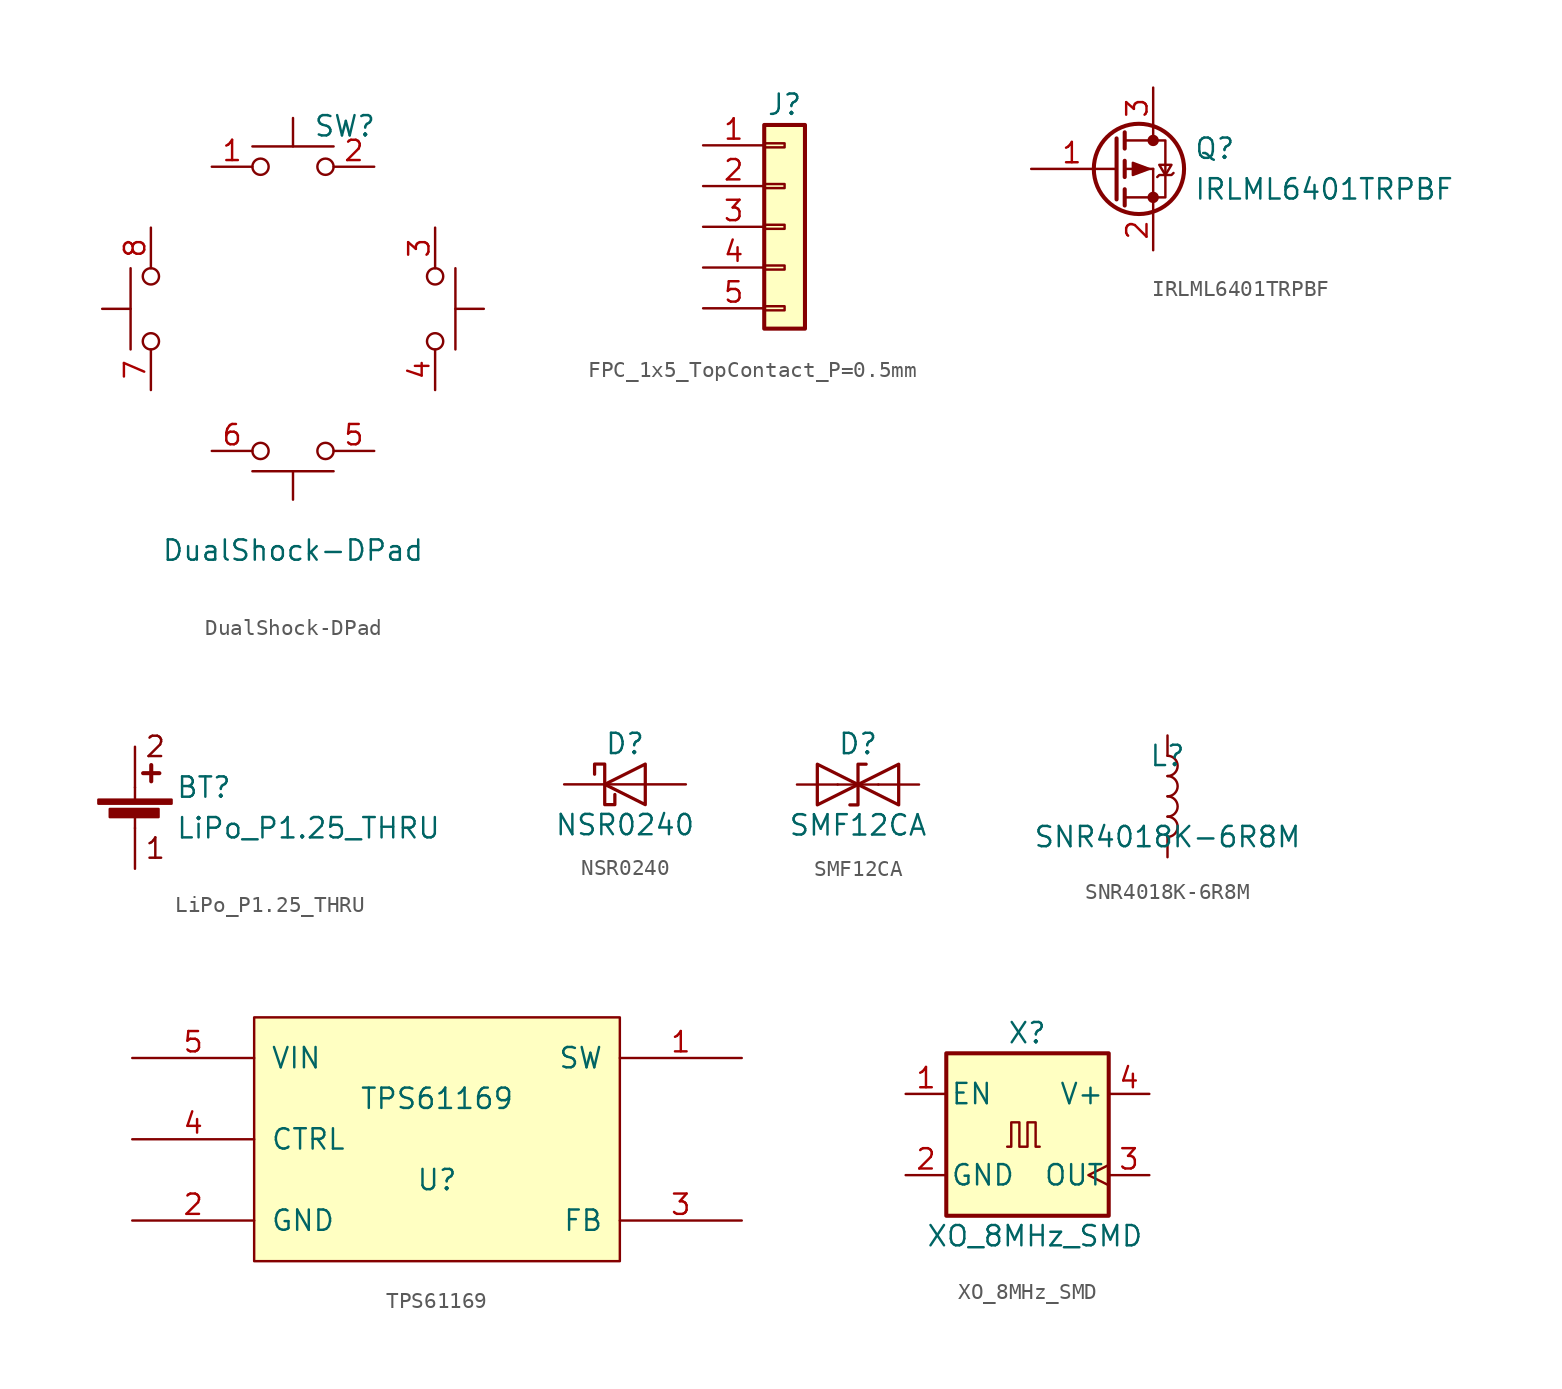
<source format=kicad_sym>
(kicad_symbol_lib
  (version 20201005)
  (generator kicad_symbol_editor)
  (symbol "DualShock-DPad"
    (pin_names
      (offset 1.016) hide)
    (property "Reference" "SW"
      (at 1.27 11.43 0)
      (effects (font (size 1.27 1.27)) (justify left)))
    (property "Value" "DualShock-DPad"
      (at 0 -15.113 0)
      (effects (font (size 1.27 1.27))))
    (symbol "DualShock-DPad_0_1"
      (circle (center -8.89 -2.032) (radius 0.508) (stroke (width 0)) (fill (type none)))
      (circle (center -8.89 2.032) (radius 0.508) (stroke (width 0)) (fill (type none)))
      (circle (center -2.032 -8.89) (radius 0.508) (stroke (width 0)) (fill (type none)))
      (circle (center -2.032 8.89) (radius 0.508) (stroke (width 0)) (fill (type none)))
      (circle (center 2.032 -8.89) (radius 0.508) (stroke (width 0)) (fill (type none)))
      (circle (center 2.032 8.89) (radius 0.508) (stroke (width 0)) (fill (type none)))
      (circle (center 8.89 -2.032) (radius 0.508) (stroke (width 0)) (fill (type none)))
      (circle (center 8.89 2.032) (radius 0.508) (stroke (width 0)) (fill (type none)))
      (polyline (pts (xy -10.16 0) (xy -11.938 0)) (stroke (width 0)) (fill (type none)))
      (polyline (pts (xy -10.16 2.54) (xy -10.16 -2.54)) (stroke (width 0)) (fill (type none)))
      (polyline (pts (xy -2.54 -10.16) (xy 2.54 -10.16)) (stroke (width 0)) (fill (type none)))
      (polyline (pts (xy 0 -10.16) (xy 0 -11.938)) (stroke (width 0)) (fill (type none)))
      (polyline (pts (xy 0 10.16) (xy 0 11.938)) (stroke (width 0)) (fill (type none)))
      (polyline (pts (xy 2.54 10.16) (xy -2.54 10.16)) (stroke (width 0)) (fill (type none)))
      (polyline (pts (xy 10.16 -2.54) (xy 10.16 2.54)) (stroke (width 0)) (fill (type none)))
      (polyline (pts (xy 10.16 0) (xy 11.938 0)) (stroke (width 0)) (fill (type none)))
      (pin passive line (at -5.08 8.89 0) (length 2.54) (name "1" (effects (font (size 1.27 1.27)))) (number "1" (effects (font (size 1.27 1.27)))))
      (pin passive line (at 5.08 8.89 180) (length 2.54) (name "2" (effects (font (size 1.27 1.27)))) (number "2" (effects (font (size 1.27 1.27)))))
      (pin passive line (at 8.89 5.08 270) (length 2.54) (name "3" (effects (font (size 1.27 1.27)))) (number "3" (effects (font (size 1.27 1.27)))))
      (pin passive line (at 8.89 -5.08 90) (length 2.54) (name "4" (effects (font (size 1.27 1.27)))) (number "4" (effects (font (size 1.27 1.27)))))
      (pin passive line (at 5.08 -8.89 180) (length 2.54) (name "5" (effects (font (size 1.27 1.27)))) (number "5" (effects (font (size 1.27 1.27)))))
      (pin passive line (at -5.08 -8.89 0) (length 2.54) (name "6" (effects (font (size 1.27 1.27)))) (number "6" (effects (font (size 1.27 1.27)))))
      (pin passive line (at -8.89 -5.08 90) (length 2.54) (name "7" (effects (font (size 1.27 1.27)))) (number "7" (effects (font (size 1.27 1.27)))))
      (pin passive line (at -8.89 5.08 270) (length 2.54) (name "8" (effects (font (size 1.27 1.27)))) (number "8" (effects (font (size 1.27 1.27)))))))
  (symbol "FPC_1x5_TopContact_P=0.5mm"
    (pin_names
      (offset 1.016) hide)
    (property "Reference" "J"
      (at 0 7.62 0)
      (effects (font (size 1.27 1.27))))
    (symbol "FPC_1x5_TopContact_P=0.5mm_1_1"
      (rectangle (start -1.27 -4.953) (end 0 -5.207) (stroke (width 0.152)) (fill (type none)))
      (rectangle (start -1.27 -2.413) (end 0 -2.667) (stroke (width 0.152)) (fill (type none)))
      (rectangle (start -1.27 0.127) (end 0 -0.127) (stroke (width 0.152)) (fill (type none)))
      (rectangle (start -1.27 2.667) (end 0 2.413) (stroke (width 0.152)) (fill (type none)))
      (rectangle (start -1.27 5.207) (end 0 4.953) (stroke (width 0.152)) (fill (type none)))
      (rectangle (start -1.27 6.35) (end 1.27 -6.35) (stroke (width 0.254)) (fill (type background)))
      (pin passive line (at -5.08 5.08 0) (length 3.81) (name "Pin_1" (effects (font (size 1.27 1.27)))) (number "1" (effects (font (size 1.27 1.27)))))
      (pin passive line (at -5.08 2.54 0) (length 3.81) (name "Pin_2" (effects (font (size 1.27 1.27)))) (number "2" (effects (font (size 1.27 1.27)))))
      (pin passive line (at -5.08 0 0) (length 3.81) (name "Pin_3" (effects (font (size 1.27 1.27)))) (number "3" (effects (font (size 1.27 1.27)))))
      (pin passive line (at -5.08 -2.54 0) (length 3.81) (name "Pin_4" (effects (font (size 1.27 1.27)))) (number "4" (effects (font (size 1.27 1.27)))))
      (pin passive line (at -5.08 -5.08 0) (length 3.81) (name "Pin_5" (effects (font (size 1.27 1.27)))) (number "5" (effects (font (size 1.27 1.27)))))))
  (symbol "IRLML6401TRPBF"
    (pin_names
      (offset 0) hide)
    (property "Reference" "Q"
      (at 5.08 1.27 0)
      (effects (font (size 1.27 1.27)) (justify left)))
    (property "Value" "IRLML6401TRPBF"
      (at 5.08 -1.27 0)
      (effects (font (size 1.27 1.27)) (justify left)))
    (symbol "IRLML6401TRPBF_0_1"
      (circle (center 1.651 0) (radius 2.819) (stroke (width 0.254)) (fill (type none)))
      (circle (center 2.54 -1.778) (radius 0.279) (stroke (width 0)) (fill (type outline)))
      (circle (center 2.54 1.778) (radius 0.279) (stroke (width 0)) (fill (type outline)))
      (polyline (pts (xy 0.051 0) (xy 0.254 0)) (stroke (width 0)) (fill (type none)))
      (polyline (pts (xy 0.762 -1.778) (xy 2.54 -1.778)) (stroke (width 0)) (fill (type none)))
      (polyline (pts (xy 0.762 -1.27) (xy 0.762 -2.286)) (stroke (width 0.254)) (fill (type none)))
      (polyline (pts (xy 0.762 0) (xy 2.54 0)) (stroke (width 0)) (fill (type none)))
      (polyline (pts (xy 0.762 0.508) (xy 0.762 -0.508)) (stroke (width 0.254)) (fill (type none)))
      (polyline (pts (xy 0.762 1.778) (xy 2.54 1.778)) (stroke (width 0)) (fill (type none)))
      (polyline (pts (xy 0.762 2.286) (xy 0.762 1.27)) (stroke (width 0.254)) (fill (type none)))
      (polyline (pts (xy 2.54 -1.778) (xy 2.54 -2.54)) (stroke (width 0)) (fill (type none)))
      (polyline (pts (xy 2.54 -1.778) (xy 2.54 0)) (stroke (width 0)) (fill (type none)))
      (polyline (pts (xy 2.54 2.54) (xy 2.54 1.778)) (stroke (width 0)) (fill (type none)))
      (polyline (pts (xy 0.254 1.905) (xy 0.254 -1.905) (xy 0.254 -1.905)) (stroke (width 0.254)) (fill (type none)))
      (polyline (pts (xy 2.286 0) (xy 1.27 -0.381) (xy 1.27 0.381) (xy 2.286 0)) (stroke (width 0)) (fill (type outline)))
      (polyline (pts (xy 2.54 -1.778) (xy 3.302 -1.778) (xy 3.302 1.778) (xy 2.54 1.778)) (stroke (width 0)) (fill (type none)))
      (polyline (pts (xy 2.794 -0.508) (xy 2.921 -0.381) (xy 3.683 -0.381) (xy 3.81 -0.254)) (stroke (width 0)) (fill (type none)))
      (polyline (pts (xy 3.302 -0.381) (xy 2.921 0.254) (xy 3.683 0.254) (xy 3.302 -0.381)) (stroke (width 0)) (fill (type none))))
    (symbol "IRLML6401TRPBF_1_1"
      (pin input line (at -5.08 0 0) (length 5.08) (name "G" (effects (font (size 1.27 1.27)))) (number "1" (effects (font (size 1.27 1.27)))))
      (pin passive line (at 2.54 -5.08 90) (length 2.54) (name "S" (effects (font (size 1.27 1.27)))) (number "2" (effects (font (size 1.27 1.27)))))
      (pin passive line (at 2.54 5.08 270) (length 2.54) (name "D" (effects (font (size 1.27 1.27)))) (number "3" (effects (font (size 1.27 1.27)))))))
  (symbol "LiPo_P1.25_THRU"
    (pin_numbers hide)
    (pin_names
      (offset 0) hide)
    (property "Reference" "BT"
      (at 2.54 2.54 0)
      (effects (font (size 1.27 1.27)) (justify left)))
    (property "Value" "LiPo_P1.25_THRU"
      (at 2.54 0 0)
      (effects (font (size 1.27 1.27)) (justify left)))
    (symbol "LiPo_P1.25_THRU_0_0"
      (text "1" (at 1.27 -1.27 0) (effects (font (size 1.27 1.27))))
      (text "2" (at 1.27 5.08 0) (effects (font (size 1.27 1.27)))))
    (symbol "LiPo_P1.25_THRU_0_1"
      (rectangle (start -2.286 1.778) (end 2.286 1.524) (stroke (width 0)) (fill (type outline)))
      (rectangle (start -1.575 1.194) (end 1.473 0.686) (stroke (width 0)) (fill (type outline)))
      (polyline (pts (xy 0 0.762) (xy 0 0)) (stroke (width 0)) (fill (type none)))
      (polyline (pts (xy 0 1.778) (xy 0 2.54)) (stroke (width 0)) (fill (type none)))
      (polyline (pts (xy 0.508 3.429) (xy 1.524 3.429)) (stroke (width 0.254)) (fill (type none)))
      (polyline (pts (xy 1.016 3.937) (xy 1.016 2.921)) (stroke (width 0.254)) (fill (type none))))
    (symbol "LiPo_P1.25_THRU_1_1"
      (pin passive line (at 0 -2.54 90) (length 2.54) (name "-" (effects (font (size 1.27 1.27)))) (number "1" (effects (font (size 1.27 1.27)))))
      (pin passive line (at 0 5.08 270) (length 2.54) (name "+" (effects (font (size 1.27 1.27)))) (number "2" (effects (font (size 1.27 1.27)))))))
  (symbol "NSR0240"
    (pin_numbers hide)
    (pin_names
      (offset 1.016) hide)
    (property "Reference" "D"
      (at 0 2.54 0)
      (effects (font (size 1.27 1.27))))
    (property "Value" "NSR0240"
      (at 0 -2.54 0)
      (effects (font (size 1.27 1.27))))
    (symbol "NSR0240_0_1"
      (polyline (pts (xy 1.27 0) (xy -1.27 0)) (stroke (width 0)) (fill (type none)))
      (polyline (pts (xy 1.27 1.27) (xy 1.27 -1.27) (xy -1.27 0) (xy 1.27 1.27)) (stroke (width 0.203)) (fill (type none)))
      (polyline (pts (xy -1.905 0.635) (xy -1.905 1.27) (xy -1.27 1.27) (xy -1.27 -1.27) (xy -0.635 -1.27) (xy -0.635 -0.635)) (stroke (width 0.203)) (fill (type none))))
    (symbol "NSR0240_1_1"
      (pin passive line (at -3.81 0 0) (length 2.54) (name "K" (effects (font (size 1.27 1.27)))) (number "1" (effects (font (size 1.27 1.27)))))
      (pin passive line (at 3.81 0 180) (length 2.54) (name "A" (effects (font (size 1.27 1.27)))) (number "2" (effects (font (size 1.27 1.27)))))))
  (symbol "SMF12CA"
    (pin_numbers hide)
    (pin_names
      (offset 1.016) hide)
    (property "Reference" "D"
      (at 0 2.54 0)
      (effects (font (size 1.27 1.27))))
    (property "Value" "SMF12CA"
      (at 0 -2.54 0)
      (effects (font (size 1.27 1.27))))
    (symbol "SMF12CA_0_1"
      (polyline (pts (xy 1.27 0) (xy -1.27 0)) (stroke (width 0)) (fill (type none)))
      (polyline (pts (xy -2.54 -1.27) (xy 0 0) (xy -2.54 1.27) (xy -2.54 -1.27)) (stroke (width 0.203)) (fill (type none)))
      (polyline (pts (xy 0.508 1.27) (xy 0 1.27) (xy 0 -1.27) (xy -0.508 -1.27)) (stroke (width 0.203)) (fill (type none)))
      (polyline (pts (xy 2.54 1.27) (xy 2.54 -1.27) (xy 0 0) (xy 2.54 1.27)) (stroke (width 0.203)) (fill (type none))))
    (symbol "SMF12CA_1_1"
      (pin passive line (at -3.81 0 0) (length 2.54) (name "A1" (effects (font (size 1.27 1.27)))) (number "1" (effects (font (size 1.27 1.27)))))
      (pin passive line (at 3.81 0 180) (length 2.54) (name "A2" (effects (font (size 1.27 1.27)))) (number "2" (effects (font (size 1.27 1.27)))))))
  (symbol "SNR4018K-6R8M"
    (pin_numbers hide)
    (pin_names
      (offset 1.016) hide)
    (property "Reference" "L"
      (at 0 2.54 0)
      (effects (font (size 1.27 1.27))))
    (property "Value" "SNR4018K-6R8M"
      (at 0 -2.54 0)
      (effects (font (size 1.27 1.27))))
    (symbol "SNR4018K-6R8M_0_1"
      (arc (start 0 -2.54) (end 0 -1.27) (radius (at 0 -1.905) (length 0.635) (angles -89.9 89.9)) (stroke (width 0)) (fill (type none)))
      (arc (start 0 -1.27) (end 0 0) (radius (at 0 -0.635) (length 0.635) (angles -89.9 89.9)) (stroke (width 0)) (fill (type none)))
      (arc (start 0 0) (end 0 1.27) (radius (at 0 0.635) (length 0.635) (angles -89.9 89.9)) (stroke (width 0)) (fill (type none)))
      (arc (start 0 1.27) (end 0 2.54) (radius (at 0 1.905) (length 0.635) (angles -89.9 89.9)) (stroke (width 0)) (fill (type none))))
    (symbol "SNR4018K-6R8M_1_1"
      (pin passive line (at 0 3.81 270) (length 1.27) (name "1" (effects (font (size 1.27 1.27)))) (number "1" (effects (font (size 1.27 1.27)))))
      (pin passive line (at 0 -3.81 90) (length 1.27) (name "2" (effects (font (size 1.27 1.27)))) (number "2" (effects (font (size 1.27 1.27)))))))
  (symbol "TPS61169"
    (pin_names
      (offset 1.016))
    (property "Reference" "U"
      (at 0 -2.54 0)
      (effects (font (size 1.27 1.27))))
    (property "Value" "TPS61169"
      (at 0 2.54 0)
      (effects (font (size 1.27 1.27))))
    (symbol "TPS61169_1_0"
      (rectangle (start -11.43 -7.62) (end 11.43 7.62) (stroke (width 0)) (fill (type background))))
    (symbol "TPS61169_1_1"
      (pin power_out line (at 19.05 5.08 180) (length 7.62) (name "SW" (effects (font (size 1.27 1.27)))) (number "1" (effects (font (size 1.27 1.27)))))
      (pin power_in line (at -19.05 -5.08 0) (length 7.62) (name "GND" (effects (font (size 1.27 1.27)))) (number "2" (effects (font (size 1.27 1.27)))))
      (pin input line (at 19.05 -5.08 180) (length 7.62) (name "FB" (effects (font (size 1.27 1.27)))) (number "3" (effects (font (size 1.27 1.27)))))
      (pin input line (at -19.05 0 0) (length 7.62) (name "CTRL" (effects (font (size 1.27 1.27)))) (number "4" (effects (font (size 1.27 1.27)))))
      (pin power_in line (at -19.05 5.08 0) (length 7.62) (name "VIN" (effects (font (size 1.27 1.27)))) (number "5" (effects (font (size 1.27 1.27)))))))
  (symbol "XO_8MHz_SMD"
    (pin_names
      (offset 0.254))
    (property "Reference" "X"
      (at -1.27 6.35 0)
      (effects (font (size 1.27 1.27)) (justify left)))
    (property "Value" "XO_8MHz_SMD"
      (at -6.35 -6.35 0)
      (effects (font (size 1.27 1.27)) (justify left)))
    (symbol "XO_8MHz_SMD_0_1"
      (rectangle (start -5.08 5.08) (end 5.08 -5.08) (stroke (width 0.254)) (fill (type background)))
      (polyline (pts (xy -1.27 -0.762) (xy -1.016 -0.762) (xy -1.016 0.762) (xy -0.508 0.762) (xy -0.508 -0.762) (xy 0 -0.762) (xy 0 0.762) (xy 0.508 0.762) (xy 0.508 -0.762) (xy 0.762 -0.762)) (stroke (width 0)) (fill (type none))))
    (symbol "XO_8MHz_SMD_1_1"
      (pin input line (at -7.62 2.54 0) (length 2.54) (name "EN" (effects (font (size 1.27 1.27)))) (number "1" (effects (font (size 1.27 1.27)))))
      (pin power_in line (at -7.62 -2.54 0) (length 2.54) (name "GND" (effects (font (size 1.27 1.27)))) (number "2" (effects (font (size 1.27 1.27)))))
      (pin output clock (at 7.62 -2.54 180) (length 2.54) (name "OUT" (effects (font (size 1.27 1.27)))) (number "3" (effects (font (size 1.27 1.27)))))
      (pin power_in line (at 7.62 2.54 180) (length 2.54) (name "V+" (effects (font (size 1.27 1.27)))) (number "4" (effects (font (size 1.27 1.27))))))))
</source>
